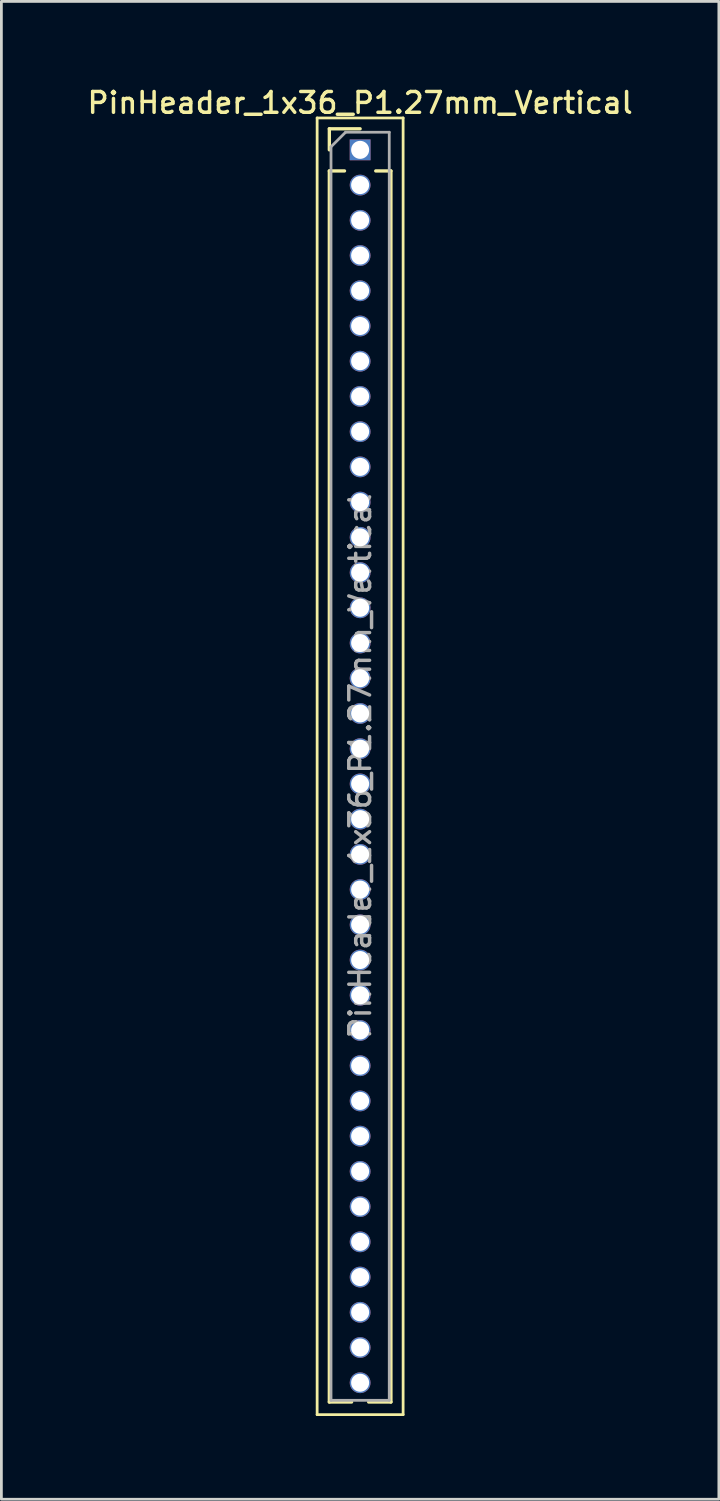
<source format=kicad_pcb>
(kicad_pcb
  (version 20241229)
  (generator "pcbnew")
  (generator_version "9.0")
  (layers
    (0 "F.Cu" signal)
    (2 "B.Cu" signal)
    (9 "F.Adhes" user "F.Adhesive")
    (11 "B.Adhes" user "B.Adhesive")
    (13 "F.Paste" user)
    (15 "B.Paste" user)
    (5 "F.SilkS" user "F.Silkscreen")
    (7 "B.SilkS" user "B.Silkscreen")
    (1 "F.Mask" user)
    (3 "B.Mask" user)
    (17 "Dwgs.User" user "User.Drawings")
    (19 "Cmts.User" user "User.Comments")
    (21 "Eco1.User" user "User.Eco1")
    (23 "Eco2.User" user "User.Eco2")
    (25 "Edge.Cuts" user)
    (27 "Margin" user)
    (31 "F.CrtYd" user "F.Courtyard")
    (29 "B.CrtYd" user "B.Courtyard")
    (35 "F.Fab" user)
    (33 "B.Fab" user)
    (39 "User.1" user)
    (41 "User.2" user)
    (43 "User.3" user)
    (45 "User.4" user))
  (footprint "PinHeader_1x36_P1.27mm_Vertical"
    (layer "F.Cu")
    (at 9.934 2.353)
    (property "Reference" "PinHeader_1x36_P1.27mm_Vertical" (at 0 -1.695 0) (layer "F.SilkS") (effects (font (size 0.75 0.75) (thickness 0.125))))
    (attr through_hole)
    (fp_line (start -1.55 -1.15) (end -1.55 45.6) (stroke (width 0.1) (type solid)) (layer "F.SilkS"))
    (fp_line (start -1.55 45.6) (end 1.55 45.6) (stroke (width 0.1) (type solid)) (layer "F.SilkS"))
    (fp_line (start -1.11 -0.76) (end 0 -0.76) (stroke (width 0.12) (type solid)) (layer "F.SilkS"))
    (fp_line (start -1.11 0) (end -1.11 -0.76) (stroke (width 0.12) (type solid)) (layer "F.SilkS"))
    (fp_line (start -1.11 0.76) (end -1.11 45.145) (stroke (width 0.12) (type solid)) (layer "F.SilkS"))
    (fp_line (start -1.11 0.76) (end -0.563 0.76) (stroke (width 0.12) (type solid)) (layer "F.SilkS"))
    (fp_line (start -1.11 45.145) (end -0.308 45.145) (stroke (width 0.12) (type solid)) (layer "F.SilkS"))
    (fp_line (start 0.308 45.145) (end 1.11 45.145) (stroke (width 0.12) (type solid)) (layer "F.SilkS"))
    (fp_line (start 0.563 0.76) (end 1.11 0.76) (stroke (width 0.12) (type solid)) (layer "F.SilkS"))
    (fp_line (start 1.11 0.76) (end 1.11 45.145) (stroke (width 0.12) (type solid)) (layer "F.SilkS"))
    (fp_line (start 1.55 -1.15) (end -1.55 -1.15) (stroke (width 0.1) (type solid)) (layer "F.SilkS"))
    (fp_line (start 1.55 45.6) (end 1.55 -1.15) (stroke (width 0.1) (type solid)) (layer "F.SilkS"))
    (fp_line (start -1.05 -0.11) (end -0.525 -0.635) (stroke (width 0.1) (type solid)) (layer "F.Fab"))
    (fp_line (start -1.05 45.085) (end -1.05 -0.11) (stroke (width 0.1) (type solid)) (layer "F.Fab"))
    (fp_line (start -0.525 -0.635) (end 1.05 -0.635) (stroke (width 0.1) (type solid)) (layer "F.Fab"))
    (fp_line (start 1.05 -0.635) (end 1.05 45.085) (stroke (width 0.1) (type solid)) (layer "F.Fab"))
    (fp_line (start 1.05 45.085) (end -1.05 45.085) (stroke (width 0.1) (type solid)) (layer "F.Fab"))
    (fp_text user "${REFERENCE}" (at 0 22.225 90) (layer "F.Fab") (effects (font (size 0.75 0.75) (thickness 0.125))))
    (pad "1" thru_hole rect (at 0 0) (size 0.75 0.75) (drill 0.65) (layers "*.Cu" "*.Mask"))
    (pad "2" thru_hole oval (at 0 1.27) (size 0.75 0.75) (drill 0.65) (layers "*.Cu" "*.Mask"))
    (pad "3" thru_hole oval (at 0 2.54) (size 0.75 0.75) (drill 0.65) (layers "*.Cu" "*.Mask"))
    (pad "4" thru_hole oval (at 0 3.81) (size 0.75 0.75) (drill 0.65) (layers "*.Cu" "*.Mask"))
    (pad "5" thru_hole oval (at 0 5.08) (size 0.75 0.75) (drill 0.65) (layers "*.Cu" "*.Mask"))
    (pad "6" thru_hole oval (at 0 6.35) (size 0.75 0.75) (drill 0.65) (layers "*.Cu" "*.Mask"))
    (pad "7" thru_hole oval (at 0 7.62) (size 0.75 0.75) (drill 0.65) (layers "*.Cu" "*.Mask"))
    (pad "8" thru_hole oval (at 0 8.89) (size 0.75 0.75) (drill 0.65) (layers "*.Cu" "*.Mask"))
    (pad "9" thru_hole oval (at 0 10.16) (size 0.75 0.75) (drill 0.65) (layers "*.Cu" "*.Mask"))
    (pad "10" thru_hole oval (at 0 11.43) (size 0.75 0.75) (drill 0.65) (layers "*.Cu" "*.Mask"))
    (pad "11" thru_hole oval (at 0 12.7) (size 0.75 0.75) (drill 0.65) (layers "*.Cu" "*.Mask"))
    (pad "12" thru_hole oval (at 0 13.97) (size 0.75 0.75) (drill 0.65) (layers "*.Cu" "*.Mask"))
    (pad "13" thru_hole oval (at 0 15.24) (size 0.75 0.75) (drill 0.65) (layers "*.Cu" "*.Mask"))
    (pad "14" thru_hole oval (at 0 16.51) (size 0.75 0.75) (drill 0.65) (layers "*.Cu" "*.Mask"))
    (pad "15" thru_hole oval (at 0 17.78) (size 0.75 0.75) (drill 0.65) (layers "*.Cu" "*.Mask"))
    (pad "16" thru_hole oval (at 0 19.05) (size 0.75 0.75) (drill 0.65) (layers "*.Cu" "*.Mask"))
    (pad "17" thru_hole oval (at 0 20.32) (size 0.75 0.75) (drill 0.65) (layers "*.Cu" "*.Mask"))
    (pad "18" thru_hole oval (at 0 21.59) (size 0.75 0.75) (drill 0.65) (layers "*.Cu" "*.Mask"))
    (pad "19" thru_hole oval (at 0 22.86) (size 0.75 0.75) (drill 0.65) (layers "*.Cu" "*.Mask"))
    (pad "20" thru_hole oval (at 0 24.13) (size 0.75 0.75) (drill 0.65) (layers "*.Cu" "*.Mask"))
    (pad "21" thru_hole oval (at 0 25.4) (size 0.75 0.75) (drill 0.65) (layers "*.Cu" "*.Mask"))
    (pad "22" thru_hole oval (at 0 26.67) (size 0.75 0.75) (drill 0.65) (layers "*.Cu" "*.Mask"))
    (pad "23" thru_hole oval (at 0 27.94) (size 0.75 0.75) (drill 0.65) (layers "*.Cu" "*.Mask"))
    (pad "24" thru_hole oval (at 0 29.21) (size 0.75 0.75) (drill 0.65) (layers "*.Cu" "*.Mask"))
    (pad "25" thru_hole oval (at 0 30.48) (size 0.75 0.75) (drill 0.65) (layers "*.Cu" "*.Mask"))
    (pad "26" thru_hole oval (at 0 31.75) (size 0.75 0.75) (drill 0.65) (layers "*.Cu" "*.Mask"))
    (pad "27" thru_hole oval (at 0 33.02) (size 0.75 0.75) (drill 0.65) (layers "*.Cu" "*.Mask"))
    (pad "28" thru_hole oval (at 0 34.29) (size 0.75 0.75) (drill 0.65) (layers "*.Cu" "*.Mask"))
    (pad "29" thru_hole oval (at 0 35.56) (size 0.75 0.75) (drill 0.65) (layers "*.Cu" "*.Mask"))
    (pad "30" thru_hole oval (at 0 36.83) (size 0.75 0.75) (drill 0.65) (layers "*.Cu" "*.Mask"))
    (pad "31" thru_hole oval (at 0 38.1) (size 0.75 0.75) (drill 0.65) (layers "*.Cu" "*.Mask"))
    (pad "32" thru_hole oval (at 0 39.37) (size 0.75 0.75) (drill 0.65) (layers "*.Cu" "*.Mask"))
    (pad "33" thru_hole oval (at 0 40.64) (size 0.75 0.75) (drill 0.65) (layers "*.Cu" "*.Mask"))
    (pad "34" thru_hole oval (at 0 41.91) (size 0.75 0.75) (drill 0.65) (layers "*.Cu" "*.Mask"))
    (pad "35" thru_hole oval (at 0 43.18) (size 0.75 0.75) (drill 0.65) (layers "*.Cu" "*.Mask"))
    (pad "36" thru_hole oval (at 0 44.45) (size 0.75 0.75) (drill 0.65) (layers "*.Cu" "*.Mask")))
  (gr_rect
    (start -3 -3)
    (end 22.868 51.003)
    (stroke (width 0.1) (type default))
    (fill no)
    (layer "Edge.Cuts")))
</source>
